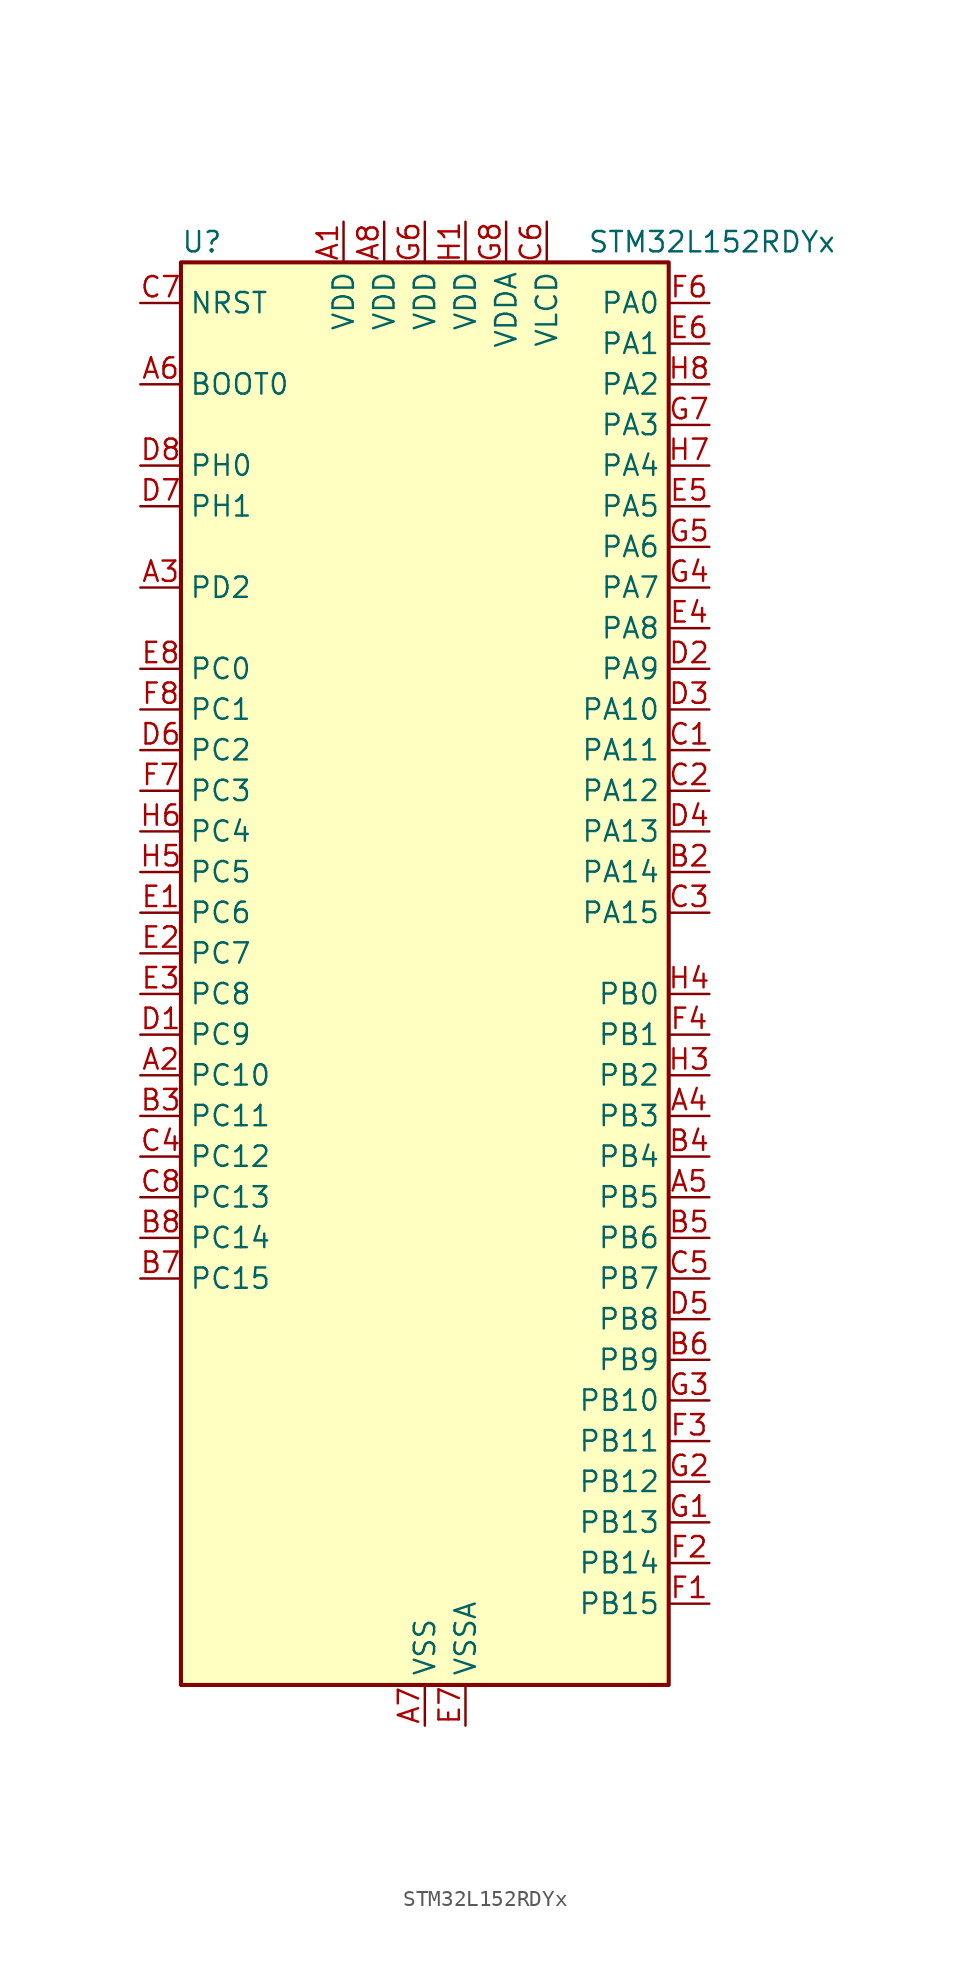
<source format=kicad_sym>
(kicad_symbol_lib
  (version 20231120)
  (generator "kicad-library-utils")
  (generator_version "8.0")
  (symbol "STM32L152RDYx"
    (property "Reference" "U"
      (at -15.24 46.99 0)
      (effects (font (size 1.27 1.27)) (justify left)))
    (property "Value" "STM32L152RDYx"
      (at 10.16 46.99 0)
      (effects (font (size 1.27 1.27)) (justify left)))
    (symbol "STM32L152RDYx_0_1"
      (rectangle (start -15.24 -43.18) (end 15.24 45.72) (stroke (width 0.254) (type default)) (fill (type background))))
    (symbol "STM32L152RDYx_1_1"
      (pin power_in line (at -5.08 48.26 270) (length 2.54) (name "VDD" (effects (font (size 1.27 1.27)))) (number "A1" (effects (font (size 1.27 1.27)))))
      (pin bidirectional line (at -17.78 -5.08 0) (length 2.54) (name "PC10" (effects (font (size 1.27 1.27)))) (number "A2" (effects (font (size 1.27 1.27)))) (alternate "I2S3_CK" bidirectional line) (alternate "LCD_COM4" bidirectional line) (alternate "LCD_SEG28" bidirectional line) (alternate "LCD_SEG40" bidirectional line) (alternate "SDIO_D2" bidirectional line) (alternate "SPI3_SCK" bidirectional line) (alternate "TIMX_IC3" bidirectional line) (alternate "UART4_TX" bidirectional line) (alternate "USART3_TX" bidirectional line))
      (pin bidirectional line (at -17.78 25.4 0) (length 2.54) (name "PD2" (effects (font (size 1.27 1.27)))) (number "A3" (effects (font (size 1.27 1.27)))) (alternate "LCD_COM7" bidirectional line) (alternate "LCD_SEG31" bidirectional line) (alternate "LCD_SEG43" bidirectional line) (alternate "SDIO_CMD" bidirectional line) (alternate "TIM3_ETR" bidirectional line) (alternate "TIMX_IC3" bidirectional line) (alternate "UART5_RX" bidirectional line))
      (pin bidirectional line (at 17.78 -7.62 180) (length 2.54) (name "PB3" (effects (font (size 1.27 1.27)))) (number "A4" (effects (font (size 1.27 1.27)))) (alternate "COMP2_INM" bidirectional line) (alternate "I2S3_CK" bidirectional line) (alternate "LCD_SEG7" bidirectional line) (alternate "SPI1_SCK" bidirectional line) (alternate "SPI3_SCK" bidirectional line) (alternate "SYS_JTDO-TRACESWO" bidirectional line) (alternate "TIM2_CH2" bidirectional line))
      (pin bidirectional line (at 17.78 -12.7 180) (length 2.54) (name "PB5" (effects (font (size 1.27 1.27)))) (number "A5" (effects (font (size 1.27 1.27)))) (alternate "COMP2_INP" bidirectional line) (alternate "I2C1_SMBA" bidirectional line) (alternate "I2S3_SD" bidirectional line) (alternate "LCD_SEG9" bidirectional line) (alternate "SPI1_MOSI" bidirectional line) (alternate "SPI3_MOSI" bidirectional line) (alternate "TIM3_CH2" bidirectional line) (alternate "TS_G6_IO2" bidirectional line))
      (pin input line (at -17.78 38.1 0) (length 2.54) (name "BOOT0" (effects (font (size 1.27 1.27)))) (number "A6" (effects (font (size 1.27 1.27)))))
      (pin power_in line (at 0 -45.72 90) (length 2.54) (name "VSS" (effects (font (size 1.27 1.27)))) (number "A7" (effects (font (size 1.27 1.27)))))
      (pin power_in line (at -2.54 48.26 270) (length 2.54) (name "VDD" (effects (font (size 1.27 1.27)))) (number "A8" (effects (font (size 1.27 1.27)))))
      (pin passive line (at 0 -45.72 90) (length 2.54) hide (name "VSS" (effects (font (size 1.27 1.27)))) (number "B1" (effects (font (size 1.27 1.27)))))
      (pin bidirectional line (at 17.78 7.62 180) (length 2.54) (name "PA14" (effects (font (size 1.27 1.27)))) (number "B2" (effects (font (size 1.27 1.27)))) (alternate "SYS_JTCK-SWCLK" bidirectional line) (alternate "TIMX_IC3" bidirectional line) (alternate "TS_G5_IO2" bidirectional line))
      (pin bidirectional line (at -17.78 -7.62 0) (length 2.54) (name "PC11" (effects (font (size 1.27 1.27)))) (number "B3" (effects (font (size 1.27 1.27)))) (alternate "ADC_EXTI11" bidirectional line) (alternate "LCD_COM5" bidirectional line) (alternate "LCD_SEG29" bidirectional line) (alternate "LCD_SEG41" bidirectional line) (alternate "SDIO_D3" bidirectional line) (alternate "SPI3_MISO" bidirectional line) (alternate "TIMX_IC4" bidirectional line) (alternate "UART4_RX" bidirectional line) (alternate "USART3_RX" bidirectional line))
      (pin bidirectional line (at 17.78 -10.16 180) (length 2.54) (name "PB4" (effects (font (size 1.27 1.27)))) (number "B4" (effects (font (size 1.27 1.27)))) (alternate "COMP2_INP" bidirectional line) (alternate "LCD_SEG8" bidirectional line) (alternate "SPI1_MISO" bidirectional line) (alternate "SPI3_MISO" bidirectional line) (alternate "SYS_JTRST" bidirectional line) (alternate "TIM3_CH1" bidirectional line) (alternate "TS_G6_IO1" bidirectional line))
      (pin bidirectional line (at 17.78 -15.24 180) (length 2.54) (name "PB6" (effects (font (size 1.27 1.27)))) (number "B5" (effects (font (size 1.27 1.27)))) (alternate "COMP2_INP" bidirectional line) (alternate "I2C1_SCL" bidirectional line) (alternate "TIM4_CH1" bidirectional line) (alternate "TS_G6_IO3" bidirectional line) (alternate "USART1_TX" bidirectional line))
      (pin bidirectional line (at 17.78 -22.86 180) (length 2.54) (name "PB9" (effects (font (size 1.27 1.27)))) (number "B6" (effects (font (size 1.27 1.27)))) (alternate "DAC_EXTI9" bidirectional line) (alternate "I2C1_SDA" bidirectional line) (alternate "LCD_COM3" bidirectional line) (alternate "SDIO_D5" bidirectional line) (alternate "TIM11_CH1" bidirectional line) (alternate "TIM4_CH4" bidirectional line))
      (pin bidirectional line (at -17.78 -17.78 0) (length 2.54) (name "PC15" (effects (font (size 1.27 1.27)))) (number "B7" (effects (font (size 1.27 1.27)))) (alternate "ADC_EXTI15" bidirectional line) (alternate "RCC_OSC32_OUT" bidirectional line) (alternate "TIMX_IC4" bidirectional line))
      (pin bidirectional line (at -17.78 -15.24 0) (length 2.54) (name "PC14" (effects (font (size 1.27 1.27)))) (number "B8" (effects (font (size 1.27 1.27)))) (alternate "RCC_OSC32_IN" bidirectional line) (alternate "TIMX_IC3" bidirectional line))
      (pin bidirectional line (at 17.78 15.24 180) (length 2.54) (name "PA11" (effects (font (size 1.27 1.27)))) (number "C1" (effects (font (size 1.27 1.27)))) (alternate "ADC_EXTI11" bidirectional line) (alternate "SPI1_MISO" bidirectional line) (alternate "TIMX_IC4" bidirectional line) (alternate "USART1_CTS" bidirectional line) (alternate "USB_DM" bidirectional line))
      (pin bidirectional line (at 17.78 12.7 180) (length 2.54) (name "PA12" (effects (font (size 1.27 1.27)))) (number "C2" (effects (font (size 1.27 1.27)))) (alternate "SPI1_MOSI" bidirectional line) (alternate "TIMX_IC1" bidirectional line) (alternate "USART1_RTS" bidirectional line) (alternate "USB_DP" bidirectional line))
      (pin bidirectional line (at 17.78 5.08 180) (length 2.54) (name "PA15" (effects (font (size 1.27 1.27)))) (number "C3" (effects (font (size 1.27 1.27)))) (alternate "ADC_EXTI15" bidirectional line) (alternate "I2S3_WS" bidirectional line) (alternate "LCD_SEG17" bidirectional line) (alternate "SPI1_NSS" bidirectional line) (alternate "SPI3_NSS" bidirectional line) (alternate "SYS_JTDI" bidirectional line) (alternate "TIM2_CH1" bidirectional line) (alternate "TIM2_ETR" bidirectional line) (alternate "TIMX_IC4" bidirectional line) (alternate "TS_G5_IO3" bidirectional line))
      (pin bidirectional line (at -17.78 -10.16 0) (length 2.54) (name "PC12" (effects (font (size 1.27 1.27)))) (number "C4" (effects (font (size 1.27 1.27)))) (alternate "I2S3_SD" bidirectional line) (alternate "LCD_COM6" bidirectional line) (alternate "LCD_SEG30" bidirectional line) (alternate "LCD_SEG42" bidirectional line) (alternate "SDIO_CK" bidirectional line) (alternate "SPI3_MOSI" bidirectional line) (alternate "TIMX_IC1" bidirectional line) (alternate "UART5_TX" bidirectional line) (alternate "USART3_CK" bidirectional line))
      (pin bidirectional line (at 17.78 -17.78 180) (length 2.54) (name "PB7" (effects (font (size 1.27 1.27)))) (number "C5" (effects (font (size 1.27 1.27)))) (alternate "COMP2_INP" bidirectional line) (alternate "I2C1_SDA" bidirectional line) (alternate "SYS_PVD_IN" bidirectional line) (alternate "TIM4_CH2" bidirectional line) (alternate "TS_G6_IO4" bidirectional line) (alternate "USART1_RX" bidirectional line))
      (pin power_in line (at 7.62 48.26 270) (length 2.54) (name "VLCD" (effects (font (size 1.27 1.27)))) (number "C6" (effects (font (size 1.27 1.27)))))
      (pin input line (at -17.78 43.18 0) (length 2.54) (name "NRST" (effects (font (size 1.27 1.27)))) (number "C7" (effects (font (size 1.27 1.27)))))
      (pin bidirectional line (at -17.78 -12.7 0) (length 2.54) (name "PC13" (effects (font (size 1.27 1.27)))) (number "C8" (effects (font (size 1.27 1.27)))) (alternate "RTC_OUT_ALARM" bidirectional line) (alternate "RTC_OUT_CALIB" bidirectional line) (alternate "RTC_TAMP1" bidirectional line) (alternate "RTC_TS" bidirectional line) (alternate "SYS_WKUP2" bidirectional line) (alternate "TIMX_IC2" bidirectional line))
      (pin bidirectional line (at -17.78 -2.54 0) (length 2.54) (name "PC9" (effects (font (size 1.27 1.27)))) (number "D1" (effects (font (size 1.27 1.27)))) (alternate "DAC_EXTI9" bidirectional line) (alternate "LCD_SEG27" bidirectional line) (alternate "SDIO_D1" bidirectional line) (alternate "TIM3_CH4" bidirectional line) (alternate "TIMX_IC2" bidirectional line) (alternate "TS_G10_IO4" bidirectional line))
      (pin bidirectional line (at 17.78 20.32 180) (length 2.54) (name "PA9" (effects (font (size 1.27 1.27)))) (number "D2" (effects (font (size 1.27 1.27)))) (alternate "DAC_EXTI9" bidirectional line) (alternate "LCD_COM1" bidirectional line) (alternate "TIMX_IC2" bidirectional line) (alternate "TS_G4_IO2" bidirectional line) (alternate "USART1_TX" bidirectional line))
      (pin bidirectional line (at 17.78 17.78 180) (length 2.54) (name "PA10" (effects (font (size 1.27 1.27)))) (number "D3" (effects (font (size 1.27 1.27)))) (alternate "LCD_COM2" bidirectional line) (alternate "TIMX_IC3" bidirectional line) (alternate "TS_G4_IO3" bidirectional line) (alternate "USART1_RX" bidirectional line))
      (pin bidirectional line (at 17.78 10.16 180) (length 2.54) (name "PA13" (effects (font (size 1.27 1.27)))) (number "D4" (effects (font (size 1.27 1.27)))) (alternate "SYS_JTMS-SWDIO" bidirectional line) (alternate "TIMX_IC2" bidirectional line) (alternate "TS_G5_IO1" bidirectional line))
      (pin bidirectional line (at 17.78 -20.32 180) (length 2.54) (name "PB8" (effects (font (size 1.27 1.27)))) (number "D5" (effects (font (size 1.27 1.27)))) (alternate "I2C1_SCL" bidirectional line) (alternate "LCD_SEG16" bidirectional line) (alternate "SDIO_D4" bidirectional line) (alternate "TIM10_CH1" bidirectional line) (alternate "TIM4_CH3" bidirectional line))
      (pin bidirectional line (at -17.78 15.24 0) (length 2.54) (name "PC2" (effects (font (size 1.27 1.27)))) (number "D6" (effects (font (size 1.27 1.27)))) (alternate "ADC_IN12" bidirectional line) (alternate "COMP1_INP" bidirectional line) (alternate "LCD_SEG20" bidirectional line) (alternate "OPAMP3_VINM" bidirectional line) (alternate "TIMX_IC3" bidirectional line) (alternate "TS_G8_IO3" bidirectional line))
      (pin bidirectional line (at -17.78 30.48 0) (length 2.54) (name "PH1" (effects (font (size 1.27 1.27)))) (number "D7" (effects (font (size 1.27 1.27)))) (alternate "RCC_OSC_OUT" bidirectional line))
      (pin bidirectional line (at -17.78 33.02 0) (length 2.54) (name "PH0" (effects (font (size 1.27 1.27)))) (number "D8" (effects (font (size 1.27 1.27)))) (alternate "RCC_OSC_IN" bidirectional line))
      (pin bidirectional line (at -17.78 5.08 0) (length 2.54) (name "PC6" (effects (font (size 1.27 1.27)))) (number "E1" (effects (font (size 1.27 1.27)))) (alternate "I2S2_MCK" bidirectional line) (alternate "LCD_SEG24" bidirectional line) (alternate "SDIO_D6" bidirectional line) (alternate "TIM3_CH1" bidirectional line) (alternate "TIMX_IC3" bidirectional line) (alternate "TS_G10_IO1" bidirectional line))
      (pin bidirectional line (at -17.78 2.54 0) (length 2.54) (name "PC7" (effects (font (size 1.27 1.27)))) (number "E2" (effects (font (size 1.27 1.27)))) (alternate "I2S3_MCK" bidirectional line) (alternate "LCD_SEG25" bidirectional line) (alternate "SDIO_D7" bidirectional line) (alternate "TIM3_CH2" bidirectional line) (alternate "TIMX_IC4" bidirectional line) (alternate "TS_G10_IO2" bidirectional line))
      (pin bidirectional line (at -17.78 0 0) (length 2.54) (name "PC8" (effects (font (size 1.27 1.27)))) (number "E3" (effects (font (size 1.27 1.27)))) (alternate "LCD_SEG26" bidirectional line) (alternate "SDIO_D0" bidirectional line) (alternate "TIM3_CH3" bidirectional line) (alternate "TIMX_IC1" bidirectional line) (alternate "TS_G10_IO3" bidirectional line))
      (pin bidirectional line (at 17.78 22.86 180) (length 2.54) (name "PA8" (effects (font (size 1.27 1.27)))) (number "E4" (effects (font (size 1.27 1.27)))) (alternate "LCD_COM0" bidirectional line) (alternate "RCC_MCO" bidirectional line) (alternate "TIMX_IC1" bidirectional line) (alternate "TS_G4_IO1" bidirectional line) (alternate "USART1_CK" bidirectional line))
      (pin bidirectional line (at 17.78 30.48 180) (length 2.54) (name "PA5" (effects (font (size 1.27 1.27)))) (number "E5" (effects (font (size 1.27 1.27)))) (alternate "ADC_IN5" bidirectional line) (alternate "COMP1_INP" bidirectional line) (alternate "DAC_OUT2" bidirectional line) (alternate "SPI1_SCK" bidirectional line) (alternate "TIM2_CH1" bidirectional line) (alternate "TIM2_ETR" bidirectional line) (alternate "TIMX_IC2" bidirectional line))
      (pin bidirectional line (at 17.78 40.64 180) (length 2.54) (name "PA1" (effects (font (size 1.27 1.27)))) (number "E6" (effects (font (size 1.27 1.27)))) (alternate "ADC_IN1" bidirectional line) (alternate "COMP1_INP" bidirectional line) (alternate "LCD_SEG0" bidirectional line) (alternate "OPAMP1_VINP" bidirectional line) (alternate "TIM2_CH2" bidirectional line) (alternate "TIM5_CH2" bidirectional line) (alternate "TIMX_IC2" bidirectional line) (alternate "TS_G1_IO2" bidirectional line) (alternate "USART2_RTS" bidirectional line))
      (pin power_in line (at 2.54 -45.72 90) (length 2.54) (name "VSSA" (effects (font (size 1.27 1.27)))) (number "E7" (effects (font (size 1.27 1.27)))))
      (pin bidirectional line (at -17.78 20.32 0) (length 2.54) (name "PC0" (effects (font (size 1.27 1.27)))) (number "E8" (effects (font (size 1.27 1.27)))) (alternate "ADC_IN10" bidirectional line) (alternate "COMP1_INP" bidirectional line) (alternate "LCD_SEG18" bidirectional line) (alternate "TIMX_IC1" bidirectional line) (alternate "TS_G8_IO1" bidirectional line))
      (pin bidirectional line (at 17.78 -38.1 180) (length 2.54) (name "PB15" (effects (font (size 1.27 1.27)))) (number "F1" (effects (font (size 1.27 1.27)))) (alternate "ADC_EXTI15" bidirectional line) (alternate "ADC_IN21" bidirectional line) (alternate "COMP1_INP" bidirectional line) (alternate "I2S2_SD" bidirectional line) (alternate "LCD_SEG15" bidirectional line) (alternate "RTC_REFIN" bidirectional line) (alternate "SPI2_MOSI" bidirectional line) (alternate "TIM11_CH1" bidirectional line) (alternate "TS_G7_IO4" bidirectional line))
      (pin bidirectional line (at 17.78 -35.56 180) (length 2.54) (name "PB14" (effects (font (size 1.27 1.27)))) (number "F2" (effects (font (size 1.27 1.27)))) (alternate "ADC_IN20" bidirectional line) (alternate "COMP1_INP" bidirectional line) (alternate "LCD_SEG14" bidirectional line) (alternate "SPI2_MISO" bidirectional line) (alternate "TIM9_CH2" bidirectional line) (alternate "TS_G7_IO3" bidirectional line) (alternate "USART3_RTS" bidirectional line))
      (pin bidirectional line (at 17.78 -27.94 180) (length 2.54) (name "PB11" (effects (font (size 1.27 1.27)))) (number "F3" (effects (font (size 1.27 1.27)))) (alternate "ADC_EXTI11" bidirectional line) (alternate "I2C2_SDA" bidirectional line) (alternate "LCD_SEG11" bidirectional line) (alternate "TIM2_CH4" bidirectional line) (alternate "USART3_RX" bidirectional line))
      (pin bidirectional line (at 17.78 -2.54 180) (length 2.54) (name "PB1" (effects (font (size 1.27 1.27)))) (number "F4" (effects (font (size 1.27 1.27)))) (alternate "ADC_IN9" bidirectional line) (alternate "COMP1_INP" bidirectional line) (alternate "LCD_SEG6" bidirectional line) (alternate "SYS_V_REF_OUT" bidirectional line) (alternate "TIM3_CH4" bidirectional line) (alternate "TS_G3_IO2" bidirectional line))
      (pin passive line (at 0 -45.72 90) (length 2.54) hide (name "VSS" (effects (font (size 1.27 1.27)))) (number "F5" (effects (font (size 1.27 1.27)))))
      (pin bidirectional line (at 17.78 43.18 180) (length 2.54) (name "PA0" (effects (font (size 1.27 1.27)))) (number "F6" (effects (font (size 1.27 1.27)))) (alternate "ADC_IN0" bidirectional line) (alternate "COMP1_INP" bidirectional line) (alternate "RTC_TAMP2" bidirectional line) (alternate "SYS_WKUP1" bidirectional line) (alternate "TIM2_CH1" bidirectional line) (alternate "TIM2_ETR" bidirectional line) (alternate "TIM5_CH1" bidirectional line) (alternate "TIMX_IC1" bidirectional line) (alternate "TS_G1_IO1" bidirectional line) (alternate "USART2_CTS" bidirectional line))
      (pin bidirectional line (at -17.78 12.7 0) (length 2.54) (name "PC3" (effects (font (size 1.27 1.27)))) (number "F7" (effects (font (size 1.27 1.27)))) (alternate "ADC_IN13" bidirectional line) (alternate "COMP1_INP" bidirectional line) (alternate "LCD_SEG21" bidirectional line) (alternate "OPAMP3_VOUT" bidirectional line) (alternate "TIMX_IC4" bidirectional line) (alternate "TS_G8_IO4" bidirectional line))
      (pin bidirectional line (at -17.78 17.78 0) (length 2.54) (name "PC1" (effects (font (size 1.27 1.27)))) (number "F8" (effects (font (size 1.27 1.27)))) (alternate "ADC_IN11" bidirectional line) (alternate "COMP1_INP" bidirectional line) (alternate "LCD_SEG19" bidirectional line) (alternate "OPAMP3_VINP" bidirectional line) (alternate "TIMX_IC2" bidirectional line) (alternate "TS_G8_IO2" bidirectional line))
      (pin bidirectional line (at 17.78 -33.02 180) (length 2.54) (name "PB13" (effects (font (size 1.27 1.27)))) (number "G1" (effects (font (size 1.27 1.27)))) (alternate "ADC_IN19" bidirectional line) (alternate "COMP1_INP" bidirectional line) (alternate "I2S2_CK" bidirectional line) (alternate "LCD_SEG13" bidirectional line) (alternate "SPI2_SCK" bidirectional line) (alternate "TIM9_CH1" bidirectional line) (alternate "TS_G7_IO2" bidirectional line) (alternate "USART3_CTS" bidirectional line))
      (pin bidirectional line (at 17.78 -30.48 180) (length 2.54) (name "PB12" (effects (font (size 1.27 1.27)))) (number "G2" (effects (font (size 1.27 1.27)))) (alternate "ADC_IN18" bidirectional line) (alternate "COMP1_INP" bidirectional line) (alternate "I2C2_SMBA" bidirectional line) (alternate "I2S2_WS" bidirectional line) (alternate "LCD_SEG12" bidirectional line) (alternate "SPI2_NSS" bidirectional line) (alternate "TIM10_CH1" bidirectional line) (alternate "TS_G7_IO1" bidirectional line) (alternate "USART3_CK" bidirectional line))
      (pin bidirectional line (at 17.78 -25.4 180) (length 2.54) (name "PB10" (effects (font (size 1.27 1.27)))) (number "G3" (effects (font (size 1.27 1.27)))) (alternate "I2C2_SCL" bidirectional line) (alternate "LCD_SEG10" bidirectional line) (alternate "TIM2_CH3" bidirectional line) (alternate "USART3_TX" bidirectional line))
      (pin bidirectional line (at 17.78 25.4 180) (length 2.54) (name "PA7" (effects (font (size 1.27 1.27)))) (number "G4" (effects (font (size 1.27 1.27)))) (alternate "ADC_IN7" bidirectional line) (alternate "COMP1_INP" bidirectional line) (alternate "LCD_SEG4" bidirectional line) (alternate "OPAMP2_VINM" bidirectional line) (alternate "SPI1_MOSI" bidirectional line) (alternate "TIM11_CH1" bidirectional line) (alternate "TIM3_CH2" bidirectional line) (alternate "TIMX_IC4" bidirectional line) (alternate "TS_G2_IO2" bidirectional line))
      (pin bidirectional line (at 17.78 27.94 180) (length 2.54) (name "PA6" (effects (font (size 1.27 1.27)))) (number "G5" (effects (font (size 1.27 1.27)))) (alternate "ADC_IN6" bidirectional line) (alternate "COMP1_INP" bidirectional line) (alternate "LCD_SEG3" bidirectional line) (alternate "OPAMP2_VINP" bidirectional line) (alternate "SPI1_MISO" bidirectional line) (alternate "TIM10_CH1" bidirectional line) (alternate "TIM3_CH1" bidirectional line) (alternate "TIMX_IC3" bidirectional line) (alternate "TS_G2_IO1" bidirectional line))
      (pin power_in line (at 0 48.26 270) (length 2.54) (name "VDD" (effects (font (size 1.27 1.27)))) (number "G6" (effects (font (size 1.27 1.27)))))
      (pin bidirectional line (at 17.78 35.56 180) (length 2.54) (name "PA3" (effects (font (size 1.27 1.27)))) (number "G7" (effects (font (size 1.27 1.27)))) (alternate "ADC_IN3" bidirectional line) (alternate "COMP1_INP" bidirectional line) (alternate "LCD_SEG2" bidirectional line) (alternate "OPAMP1_VOUT" bidirectional line) (alternate "TIM2_CH4" bidirectional line) (alternate "TIM5_CH4" bidirectional line) (alternate "TIM9_CH2" bidirectional line) (alternate "TIMX_IC4" bidirectional line) (alternate "TS_G1_IO4" bidirectional line) (alternate "USART2_RX" bidirectional line))
      (pin power_in line (at 5.08 48.26 270) (length 2.54) (name "VDDA" (effects (font (size 1.27 1.27)))) (number "G8" (effects (font (size 1.27 1.27)))))
      (pin power_in line (at 2.54 48.26 270) (length 2.54) (name "VDD" (effects (font (size 1.27 1.27)))) (number "H1" (effects (font (size 1.27 1.27)))))
      (pin passive line (at 0 -45.72 90) (length 2.54) hide (name "VSS" (effects (font (size 1.27 1.27)))) (number "H2" (effects (font (size 1.27 1.27)))))
      (pin bidirectional line (at 17.78 -5.08 180) (length 2.54) (name "PB2" (effects (font (size 1.27 1.27)))) (number "H3" (effects (font (size 1.27 1.27)))) (alternate "TS_G3_IO3" bidirectional line))
      (pin bidirectional line (at 17.78 0 180) (length 2.54) (name "PB0" (effects (font (size 1.27 1.27)))) (number "H4" (effects (font (size 1.27 1.27)))) (alternate "ADC_IN8" bidirectional line) (alternate "COMP1_INP" bidirectional line) (alternate "LCD_SEG5" bidirectional line) (alternate "OPAMP2_VOUT" bidirectional line) (alternate "SYS_V_REF_OUT" bidirectional line) (alternate "TIM3_CH3" bidirectional line) (alternate "TS_G3_IO1" bidirectional line))
      (pin bidirectional line (at -17.78 7.62 0) (length 2.54) (name "PC5" (effects (font (size 1.27 1.27)))) (number "H5" (effects (font (size 1.27 1.27)))) (alternate "ADC_IN15" bidirectional line) (alternate "COMP1_INP" bidirectional line) (alternate "LCD_SEG23" bidirectional line) (alternate "TIMX_IC2" bidirectional line) (alternate "TS_G9_IO2" bidirectional line))
      (pin bidirectional line (at -17.78 10.16 0) (length 2.54) (name "PC4" (effects (font (size 1.27 1.27)))) (number "H6" (effects (font (size 1.27 1.27)))) (alternate "ADC_IN14" bidirectional line) (alternate "COMP1_INP" bidirectional line) (alternate "LCD_SEG22" bidirectional line) (alternate "TIMX_IC1" bidirectional line) (alternate "TS_G9_IO1" bidirectional line))
      (pin bidirectional line (at 17.78 33.02 180) (length 2.54) (name "PA4" (effects (font (size 1.27 1.27)))) (number "H7" (effects (font (size 1.27 1.27)))) (alternate "ADC_IN4" bidirectional line) (alternate "COMP1_INP" bidirectional line) (alternate "DAC_OUT1" bidirectional line) (alternate "I2S3_WS" bidirectional line) (alternate "SPI1_NSS" bidirectional line) (alternate "SPI3_NSS" bidirectional line) (alternate "TIMX_IC1" bidirectional line) (alternate "USART2_CK" bidirectional line))
      (pin bidirectional line (at 17.78 38.1 180) (length 2.54) (name "PA2" (effects (font (size 1.27 1.27)))) (number "H8" (effects (font (size 1.27 1.27)))) (alternate "ADC_IN2" bidirectional line) (alternate "COMP1_INP" bidirectional line) (alternate "LCD_SEG1" bidirectional line) (alternate "OPAMP1_VINM" bidirectional line) (alternate "TIM2_CH3" bidirectional line) (alternate "TIM5_CH3" bidirectional line) (alternate "TIM9_CH1" bidirectional line) (alternate "TIMX_IC3" bidirectional line) (alternate "TS_G1_IO3" bidirectional line) (alternate "USART2_TX" bidirectional line)))))
</source>
